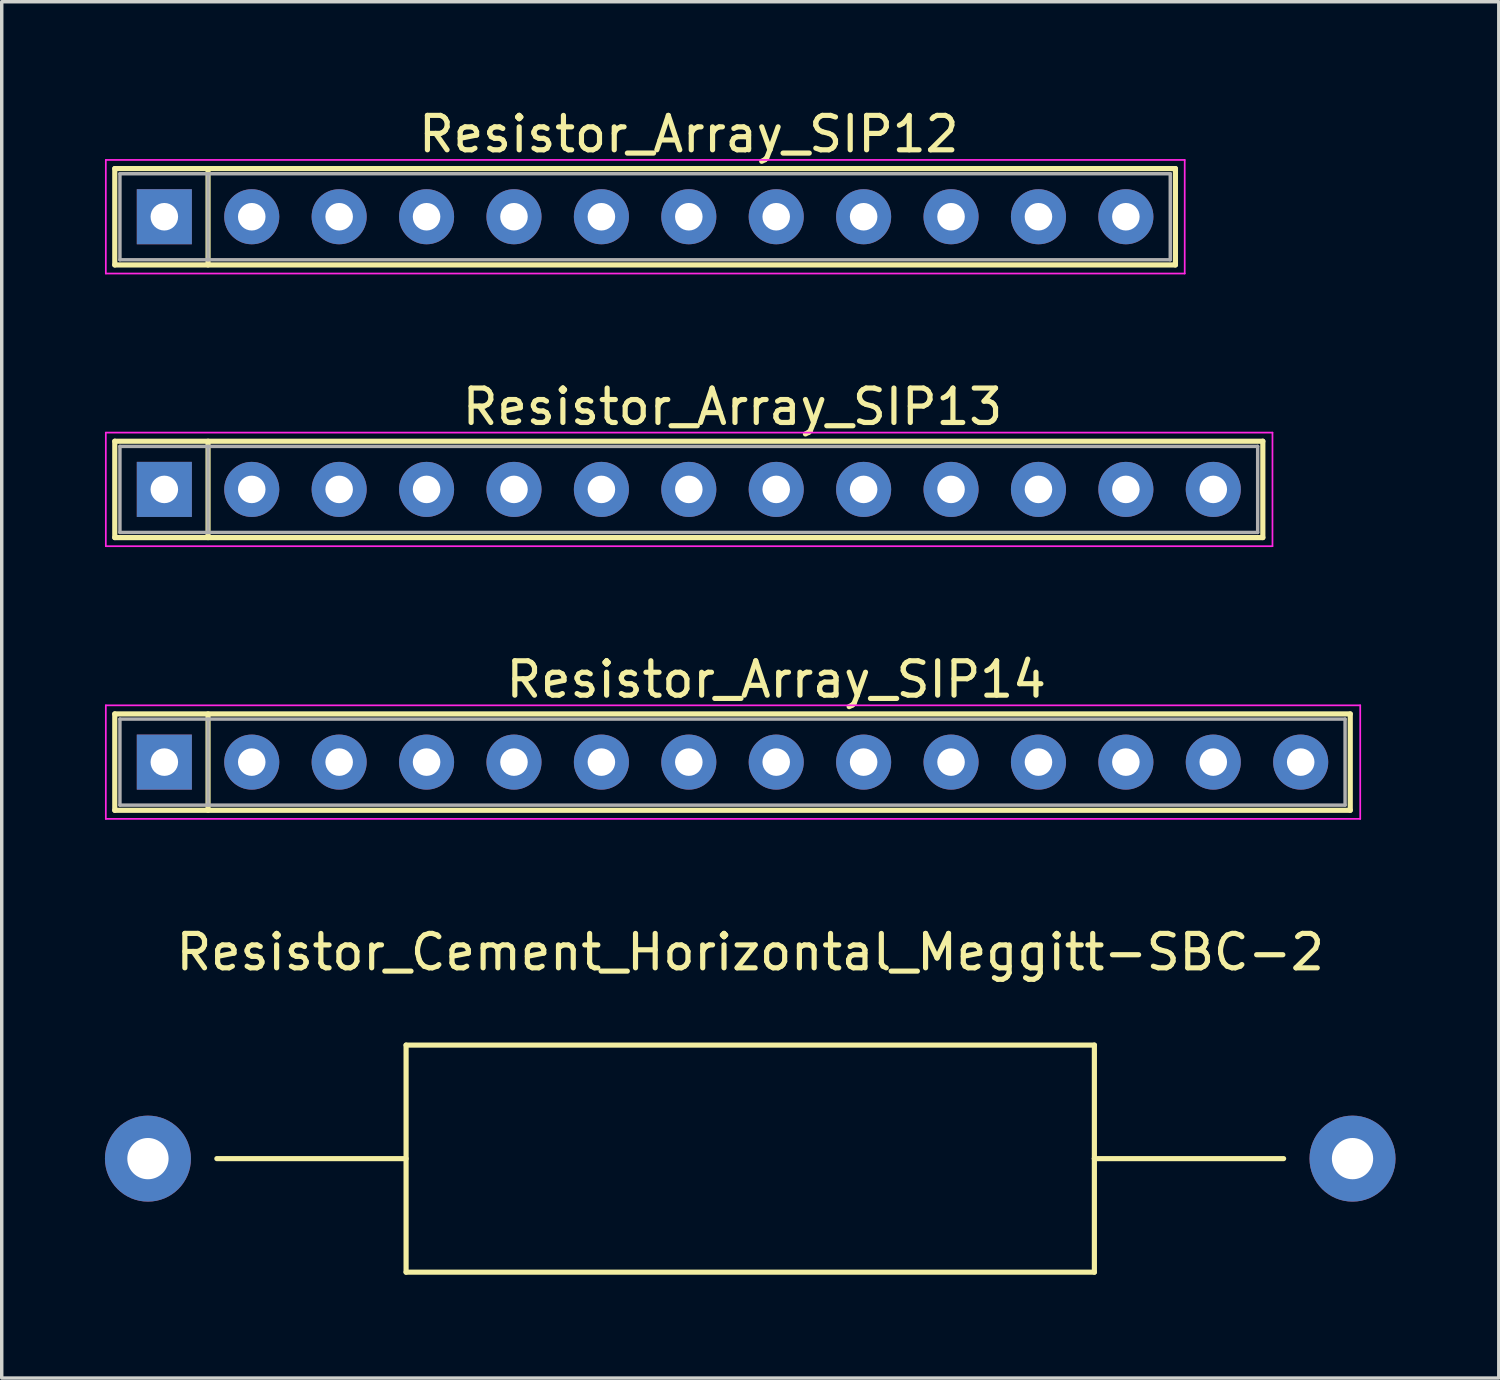
<source format=kicad_pcb>
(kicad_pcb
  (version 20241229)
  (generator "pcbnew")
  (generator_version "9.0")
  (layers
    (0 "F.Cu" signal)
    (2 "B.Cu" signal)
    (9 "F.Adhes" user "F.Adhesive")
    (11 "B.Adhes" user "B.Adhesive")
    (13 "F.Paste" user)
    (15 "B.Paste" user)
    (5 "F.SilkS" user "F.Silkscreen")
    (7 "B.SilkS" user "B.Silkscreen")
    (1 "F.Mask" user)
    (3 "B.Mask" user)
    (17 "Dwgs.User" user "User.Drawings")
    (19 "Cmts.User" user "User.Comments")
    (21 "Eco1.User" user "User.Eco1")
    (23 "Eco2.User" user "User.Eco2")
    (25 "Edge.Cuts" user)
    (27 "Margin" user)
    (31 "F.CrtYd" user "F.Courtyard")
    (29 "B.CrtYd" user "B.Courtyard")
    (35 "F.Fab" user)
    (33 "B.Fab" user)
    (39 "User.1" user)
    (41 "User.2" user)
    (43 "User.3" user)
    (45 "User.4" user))
  (footprint "Resistor_Cement_Horizontal_Meggitt-SBC-2"
    (layer "F.Cu")
    (at 18.75 30.617)
    (property "Reference" "Resistor_Cement_Horizontal_Meggitt-SBC-2" (at 0 -5.999 0) (layer "F.SilkS") (effects (font (size 1 1) (thickness 0.15))))
    (attr through_hole)
    (fp_line (start -10 -3.299) (end -10 3.299) (stroke (width 0.15) (type solid)) (layer "F.SilkS"))
    (fp_line (start -10 0) (end -15.499 0) (stroke (width 0.15) (type solid)) (layer "F.SilkS"))
    (fp_line (start -10 3.299) (end 10 3.299) (stroke (width 0.15) (type solid)) (layer "F.SilkS"))
    (fp_line (start 10 -3.299) (end -10 -3.299) (stroke (width 0.15) (type solid)) (layer "F.SilkS"))
    (fp_line (start 10 0) (end 10 -3.299) (stroke (width 0.15) (type solid)) (layer "F.SilkS"))
    (fp_line (start 10 0) (end 15.499 0) (stroke (width 0.15) (type solid)) (layer "F.SilkS"))
    (fp_line (start 10 3.299) (end 10 0) (stroke (width 0.15) (type solid)) (layer "F.SilkS"))
    (pad "1" thru_hole circle (at -17.501 0 180) (size 2.499 2.499) (drill 1.199) (layers "*.Cu" "*.Mask"))
    (pad "2" thru_hole circle (at 17.501 0 180) (size 2.499 2.499) (drill 1.199) (layers "*.Cu" "*.Mask")))
  (footprint "Resistor_Array_SIP14"
    (layer "F.Cu")
    (at 1.725 19.095)
    (property "Reference" "Resistor_Array_SIP14" (at 17.78 -2.4 0) (layer "F.SilkS") (effects (font (size 1 1) (thickness 0.15))))
    (attr through_hole)
    (fp_line (start -1.44 -1.4) (end -1.44 1.4) (stroke (width 0.15) (type solid)) (layer "F.SilkS"))
    (fp_line (start -1.44 1.4) (end 34.46 1.4) (stroke (width 0.15) (type solid)) (layer "F.SilkS"))
    (fp_line (start 1.27 -1.4) (end 1.27 1.4) (stroke (width 0.15) (type solid)) (layer "F.SilkS"))
    (fp_line (start 34.46 -1.4) (end -1.44 -1.4) (stroke (width 0.15) (type solid)) (layer "F.SilkS"))
    (fp_line (start 34.46 1.4) (end 34.46 -1.4) (stroke (width 0.15) (type solid)) (layer "F.SilkS"))
    (fp_line (start -1.7 -1.65) (end -1.7 1.65) (stroke (width 0.05) (type solid)) (layer "F.CrtYd"))
    (fp_line (start -1.7 1.65) (end 34.75 1.65) (stroke (width 0.05) (type solid)) (layer "F.CrtYd"))
    (fp_line (start 34.75 -1.65) (end -1.7 -1.65) (stroke (width 0.05) (type solid)) (layer "F.CrtYd"))
    (fp_line (start 34.75 1.65) (end 34.75 -1.65) (stroke (width 0.05) (type solid)) (layer "F.CrtYd"))
    (fp_line (start -1.29 -1.25) (end -1.29 1.25) (stroke (width 0.1) (type solid)) (layer "F.Fab"))
    (fp_line (start -1.29 1.25) (end 34.31 1.25) (stroke (width 0.1) (type solid)) (layer "F.Fab"))
    (fp_line (start 1.27 -1.25) (end 1.27 1.25) (stroke (width 0.1) (type solid)) (layer "F.Fab"))
    (fp_line (start 34.31 -1.25) (end -1.29 -1.25) (stroke (width 0.1) (type solid)) (layer "F.Fab"))
    (fp_line (start 34.31 1.25) (end 34.31 -1.25) (stroke (width 0.1) (type solid)) (layer "F.Fab"))
    (pad "1" thru_hole rect (at 0 0) (size 1.6 1.6) (drill 0.8) (layers "*.Cu" "*.Mask"))
    (pad "2" thru_hole oval (at 2.54 0) (size 1.6 1.6) (drill 0.8) (layers "*.Cu" "*.Mask"))
    (pad "3" thru_hole oval (at 5.08 0) (size 1.6 1.6) (drill 0.8) (layers "*.Cu" "*.Mask"))
    (pad "4" thru_hole oval (at 7.62 0) (size 1.6 1.6) (drill 0.8) (layers "*.Cu" "*.Mask"))
    (pad "5" thru_hole oval (at 10.16 0) (size 1.6 1.6) (drill 0.8) (layers "*.Cu" "*.Mask"))
    (pad "6" thru_hole oval (at 12.7 0) (size 1.6 1.6) (drill 0.8) (layers "*.Cu" "*.Mask"))
    (pad "7" thru_hole oval (at 15.24 0) (size 1.6 1.6) (drill 0.8) (layers "*.Cu" "*.Mask"))
    (pad "8" thru_hole oval (at 17.78 0) (size 1.6 1.6) (drill 0.8) (layers "*.Cu" "*.Mask"))
    (pad "9" thru_hole oval (at 20.32 0) (size 1.6 1.6) (drill 0.8) (layers "*.Cu" "*.Mask"))
    (pad "10" thru_hole oval (at 22.86 0) (size 1.6 1.6) (drill 0.8) (layers "*.Cu" "*.Mask"))
    (pad "11" thru_hole oval (at 25.4 0) (size 1.6 1.6) (drill 0.8) (layers "*.Cu" "*.Mask"))
    (pad "12" thru_hole oval (at 27.94 0) (size 1.6 1.6) (drill 0.8) (layers "*.Cu" "*.Mask"))
    (pad "13" thru_hole oval (at 30.48 0) (size 1.6 1.6) (drill 0.8) (layers "*.Cu" "*.Mask"))
    (pad "14" thru_hole oval (at 33.02 0) (size 1.6 1.6) (drill 0.8) (layers "*.Cu" "*.Mask")))
  (footprint "Resistor_Array_SIP13"
    (layer "F.Cu")
    (at 1.725 11.171)
    (property "Reference" "Resistor_Array_SIP13" (at 16.51 -2.4 0) (layer "F.SilkS") (effects (font (size 1 1) (thickness 0.15))))
    (attr through_hole)
    (fp_line (start -1.44 -1.4) (end -1.44 1.4) (stroke (width 0.15) (type solid)) (layer "F.SilkS"))
    (fp_line (start -1.44 1.4) (end 31.92 1.4) (stroke (width 0.15) (type solid)) (layer "F.SilkS"))
    (fp_line (start 1.27 -1.4) (end 1.27 1.4) (stroke (width 0.15) (type solid)) (layer "F.SilkS"))
    (fp_line (start 31.92 -1.4) (end -1.44 -1.4) (stroke (width 0.15) (type solid)) (layer "F.SilkS"))
    (fp_line (start 31.92 1.4) (end 31.92 -1.4) (stroke (width 0.15) (type solid)) (layer "F.SilkS"))
    (fp_line (start -1.7 -1.65) (end -1.7 1.65) (stroke (width 0.05) (type solid)) (layer "F.CrtYd"))
    (fp_line (start -1.7 1.65) (end 32.2 1.65) (stroke (width 0.05) (type solid)) (layer "F.CrtYd"))
    (fp_line (start 32.2 -1.65) (end -1.7 -1.65) (stroke (width 0.05) (type solid)) (layer "F.CrtYd"))
    (fp_line (start 32.2 1.65) (end 32.2 -1.65) (stroke (width 0.05) (type solid)) (layer "F.CrtYd"))
    (fp_line (start -1.29 -1.25) (end -1.29 1.25) (stroke (width 0.1) (type solid)) (layer "F.Fab"))
    (fp_line (start -1.29 1.25) (end 31.77 1.25) (stroke (width 0.1) (type solid)) (layer "F.Fab"))
    (fp_line (start 1.27 -1.25) (end 1.27 1.25) (stroke (width 0.1) (type solid)) (layer "F.Fab"))
    (fp_line (start 31.77 -1.25) (end -1.29 -1.25) (stroke (width 0.1) (type solid)) (layer "F.Fab"))
    (fp_line (start 31.77 1.25) (end 31.77 -1.25) (stroke (width 0.1) (type solid)) (layer "F.Fab"))
    (pad "1" thru_hole rect (at 0 0) (size 1.6 1.6) (drill 0.8) (layers "*.Cu" "*.Mask"))
    (pad "2" thru_hole oval (at 2.54 0) (size 1.6 1.6) (drill 0.8) (layers "*.Cu" "*.Mask"))
    (pad "3" thru_hole oval (at 5.08 0) (size 1.6 1.6) (drill 0.8) (layers "*.Cu" "*.Mask"))
    (pad "4" thru_hole oval (at 7.62 0) (size 1.6 1.6) (drill 0.8) (layers "*.Cu" "*.Mask"))
    (pad "5" thru_hole oval (at 10.16 0) (size 1.6 1.6) (drill 0.8) (layers "*.Cu" "*.Mask"))
    (pad "6" thru_hole oval (at 12.7 0) (size 1.6 1.6) (drill 0.8) (layers "*.Cu" "*.Mask"))
    (pad "7" thru_hole oval (at 15.24 0) (size 1.6 1.6) (drill 0.8) (layers "*.Cu" "*.Mask"))
    (pad "8" thru_hole oval (at 17.78 0) (size 1.6 1.6) (drill 0.8) (layers "*.Cu" "*.Mask"))
    (pad "9" thru_hole oval (at 20.32 0) (size 1.6 1.6) (drill 0.8) (layers "*.Cu" "*.Mask"))
    (pad "10" thru_hole oval (at 22.86 0) (size 1.6 1.6) (drill 0.8) (layers "*.Cu" "*.Mask"))
    (pad "11" thru_hole oval (at 25.4 0) (size 1.6 1.6) (drill 0.8) (layers "*.Cu" "*.Mask"))
    (pad "12" thru_hole oval (at 27.94 0) (size 1.6 1.6) (drill 0.8) (layers "*.Cu" "*.Mask"))
    (pad "13" thru_hole oval (at 30.48 0) (size 1.6 1.6) (drill 0.8) (layers "*.Cu" "*.Mask")))
  (footprint "Resistor_Array_SIP12"
    (layer "F.Cu")
    (at 1.725 3.248)
    (property "Reference" "Resistor_Array_SIP12" (at 15.24 -2.4 0) (layer "F.SilkS") (effects (font (size 1 1) (thickness 0.15))))
    (attr through_hole)
    (fp_line (start -1.44 -1.4) (end -1.44 1.4) (stroke (width 0.15) (type solid)) (layer "F.SilkS"))
    (fp_line (start -1.44 1.4) (end 29.38 1.4) (stroke (width 0.15) (type solid)) (layer "F.SilkS"))
    (fp_line (start 1.27 -1.4) (end 1.27 1.4) (stroke (width 0.15) (type solid)) (layer "F.SilkS"))
    (fp_line (start 29.38 -1.4) (end -1.44 -1.4) (stroke (width 0.15) (type solid)) (layer "F.SilkS"))
    (fp_line (start 29.38 1.4) (end 29.38 -1.4) (stroke (width 0.15) (type solid)) (layer "F.SilkS"))
    (fp_line (start -1.7 -1.65) (end -1.7 1.65) (stroke (width 0.05) (type solid)) (layer "F.CrtYd"))
    (fp_line (start -1.7 1.65) (end 29.65 1.65) (stroke (width 0.05) (type solid)) (layer "F.CrtYd"))
    (fp_line (start 29.65 -1.65) (end -1.7 -1.65) (stroke (width 0.05) (type solid)) (layer "F.CrtYd"))
    (fp_line (start 29.65 1.65) (end 29.65 -1.65) (stroke (width 0.05) (type solid)) (layer "F.CrtYd"))
    (fp_line (start -1.29 -1.25) (end -1.29 1.25) (stroke (width 0.1) (type solid)) (layer "F.Fab"))
    (fp_line (start -1.29 1.25) (end 29.23 1.25) (stroke (width 0.1) (type solid)) (layer "F.Fab"))
    (fp_line (start 1.27 -1.25) (end 1.27 1.25) (stroke (width 0.1) (type solid)) (layer "F.Fab"))
    (fp_line (start 29.23 -1.25) (end -1.29 -1.25) (stroke (width 0.1) (type solid)) (layer "F.Fab"))
    (fp_line (start 29.23 1.25) (end 29.23 -1.25) (stroke (width 0.1) (type solid)) (layer "F.Fab"))
    (pad "1" thru_hole rect (at 0 0) (size 1.6 1.6) (drill 0.8) (layers "*.Cu" "*.Mask"))
    (pad "2" thru_hole oval (at 2.54 0) (size 1.6 1.6) (drill 0.8) (layers "*.Cu" "*.Mask"))
    (pad "3" thru_hole oval (at 5.08 0) (size 1.6 1.6) (drill 0.8) (layers "*.Cu" "*.Mask"))
    (pad "4" thru_hole oval (at 7.62 0) (size 1.6 1.6) (drill 0.8) (layers "*.Cu" "*.Mask"))
    (pad "5" thru_hole oval (at 10.16 0) (size 1.6 1.6) (drill 0.8) (layers "*.Cu" "*.Mask"))
    (pad "6" thru_hole oval (at 12.7 0) (size 1.6 1.6) (drill 0.8) (layers "*.Cu" "*.Mask"))
    (pad "7" thru_hole oval (at 15.24 0) (size 1.6 1.6) (drill 0.8) (layers "*.Cu" "*.Mask"))
    (pad "8" thru_hole oval (at 17.78 0) (size 1.6 1.6) (drill 0.8) (layers "*.Cu" "*.Mask"))
    (pad "9" thru_hole oval (at 20.32 0) (size 1.6 1.6) (drill 0.8) (layers "*.Cu" "*.Mask"))
    (pad "10" thru_hole oval (at 22.86 0) (size 1.6 1.6) (drill 0.8) (layers "*.Cu" "*.Mask"))
    (pad "11" thru_hole oval (at 25.4 0) (size 1.6 1.6) (drill 0.8) (layers "*.Cu" "*.Mask"))
    (pad "12" thru_hole oval (at 27.94 0) (size 1.6 1.6) (drill 0.8) (layers "*.Cu" "*.Mask")))
  (gr_rect
    (start -3 -3)
    (end 40.501 36.992)
    (stroke (width 0.1) (type default))
    (fill no)
    (layer "Edge.Cuts")))
</source>
